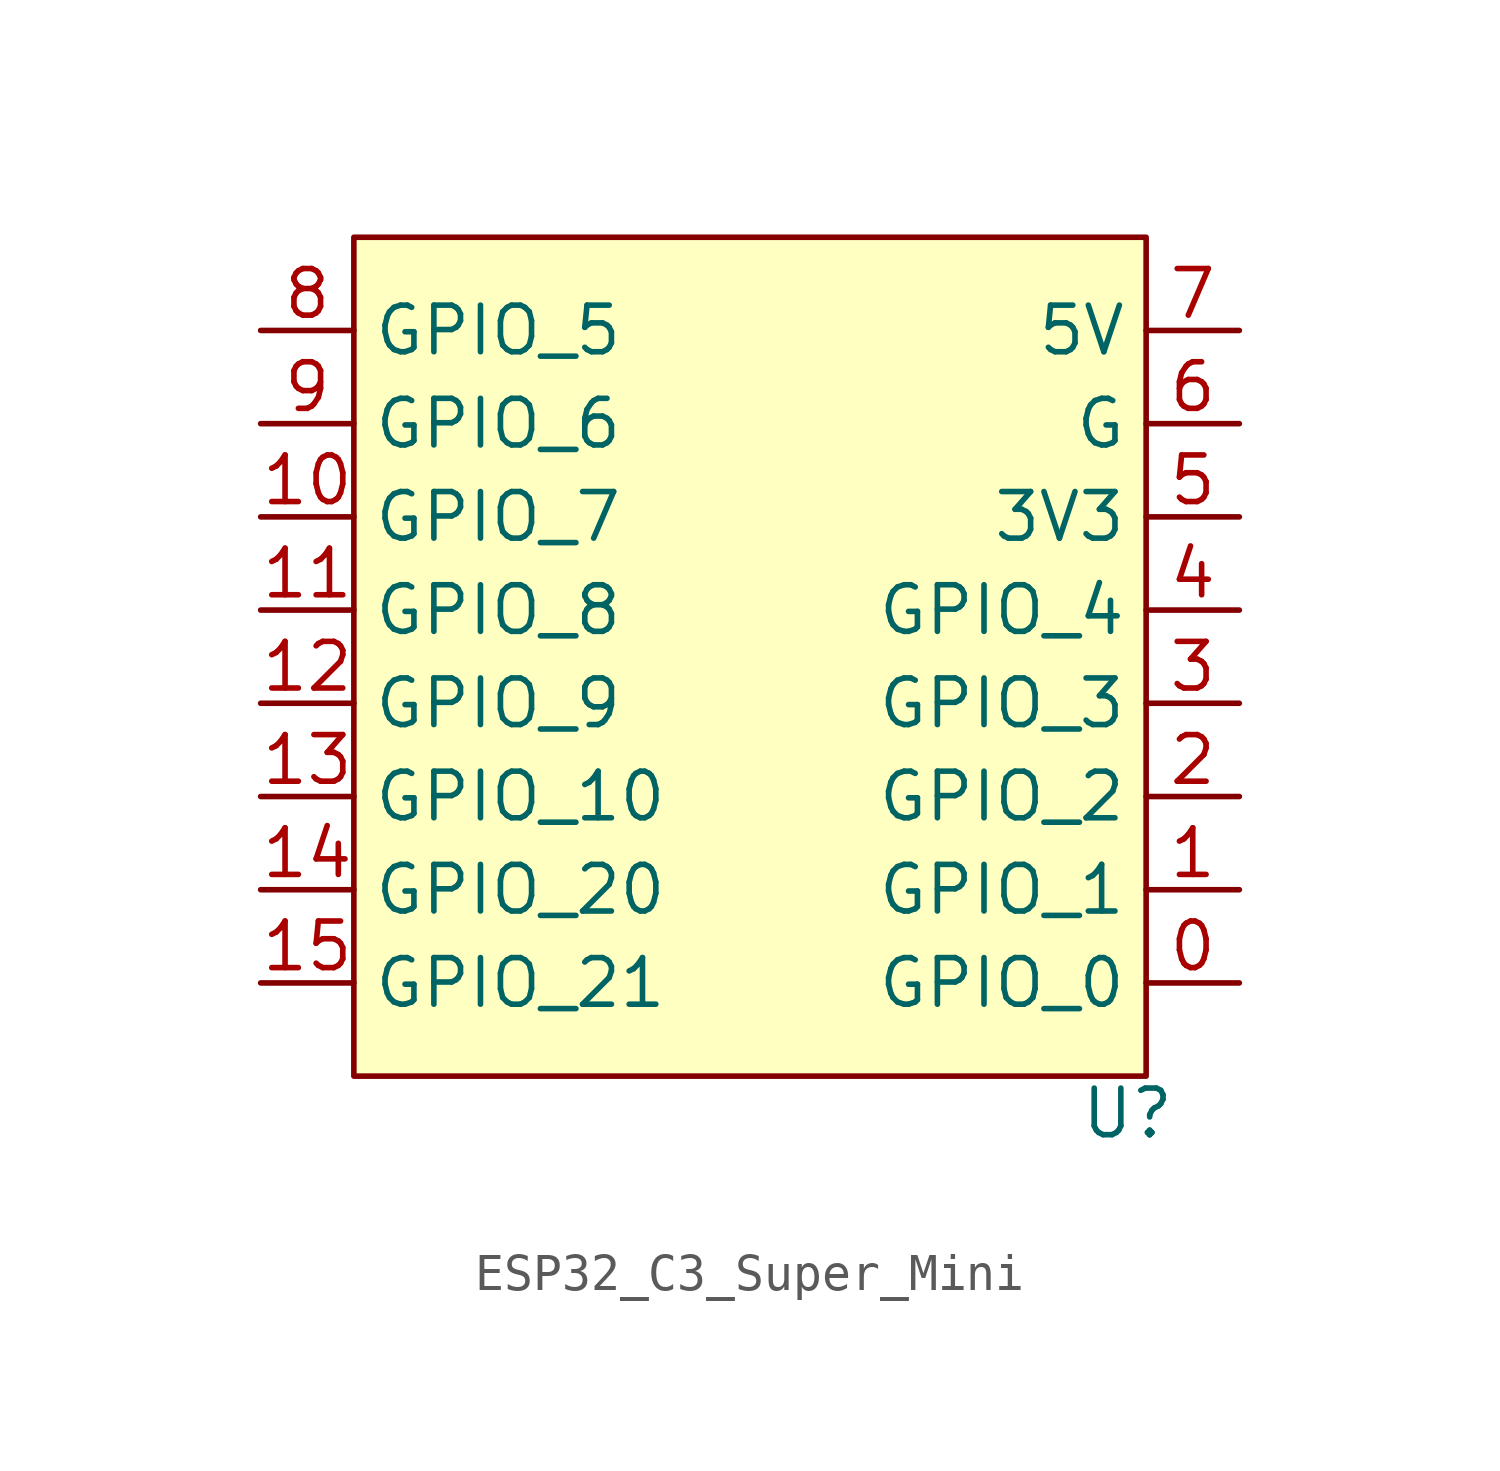
<source format=kicad_sym>
(kicad_symbol_lib
  (version 20241209)
  (generator "kicad_symbol_editor")
  (generator_version "9.0")
  (symbol "ESP32_C3_Super_Mini"
    (property "Reference" "U"
      (at 21.082 -1.016 0)
      (effects (font (size 1.27 1.27))))
    (symbol "ESP32_C3_Super_Mini_1_1"
      (rectangle (start 0 22.86) (end 21.59 0) (stroke (width 0) (type solid)) (fill (type background)))
      (pin bidirectional line (at -2.54 20.32 0) (length 2.54) (name "GPIO_5" (effects (font (size 1.27 1.27)))) (number "8" (effects (font (size 1.27 1.27)))))
      (pin bidirectional line (at -2.54 17.78 0) (length 2.54) (name "GPIO_6" (effects (font (size 1.27 1.27)))) (number "9" (effects (font (size 1.27 1.27)))))
      (pin bidirectional line (at -2.54 15.24 0) (length 2.54) (name "GPIO_7" (effects (font (size 1.27 1.27)))) (number "10" (effects (font (size 1.27 1.27)))))
      (pin bidirectional line (at -2.54 12.7 0) (length 2.54) (name "GPIO_8" (effects (font (size 1.27 1.27)))) (number "11" (effects (font (size 1.27 1.27)))))
      (pin bidirectional line (at -2.54 10.16 0) (length 2.54) (name "GPIO_9" (effects (font (size 1.27 1.27)))) (number "12" (effects (font (size 1.27 1.27)))))
      (pin bidirectional line (at -2.54 7.62 0) (length 2.54) (name "GPIO_10" (effects (font (size 1.27 1.27)))) (number "13" (effects (font (size 1.27 1.27)))))
      (pin bidirectional line (at -2.54 5.08 0) (length 2.54) (name "GPIO_20" (effects (font (size 1.27 1.27)))) (number "14" (effects (font (size 1.27 1.27)))))
      (pin bidirectional line (at -2.54 2.54 0) (length 2.54) (name "GPIO_21" (effects (font (size 1.27 1.27)))) (number "15" (effects (font (size 1.27 1.27)))))
      (pin power_in line (at 24.13 20.32 180) (length 2.54) (name "5V" (effects (font (size 1.27 1.27)))) (number "7" (effects (font (size 1.27 1.27)))))
      (pin passive line (at 24.13 17.78 180) (length 2.54) (name "G" (effects (font (size 1.27 1.27)))) (number "6" (effects (font (size 1.27 1.27)))))
      (pin power_out line (at 24.13 15.24 180) (length 2.54) (name "3V3" (effects (font (size 1.27 1.27)))) (number "5" (effects (font (size 1.27 1.27)))))
      (pin bidirectional line (at 24.13 12.7 180) (length 2.54) (name "GPIO_4" (effects (font (size 1.27 1.27)))) (number "4" (effects (font (size 1.27 1.27)))))
      (pin bidirectional line (at 24.13 10.16 180) (length 2.54) (name "GPIO_3" (effects (font (size 1.27 1.27)))) (number "3" (effects (font (size 1.27 1.27)))))
      (pin bidirectional line (at 24.13 7.62 180) (length 2.54) (name "GPIO_2" (effects (font (size 1.27 1.27)))) (number "2" (effects (font (size 1.27 1.27)))))
      (pin bidirectional line (at 24.13 5.08 180) (length 2.54) (name "GPIO_1" (effects (font (size 1.27 1.27)))) (number "1" (effects (font (size 1.27 1.27)))))
      (pin bidirectional line (at 24.13 2.54 180) (length 2.54) (name "GPIO_0" (effects (font (size 1.27 1.27)))) (number "0" (effects (font (size 1.27 1.27))))))))
</source>
